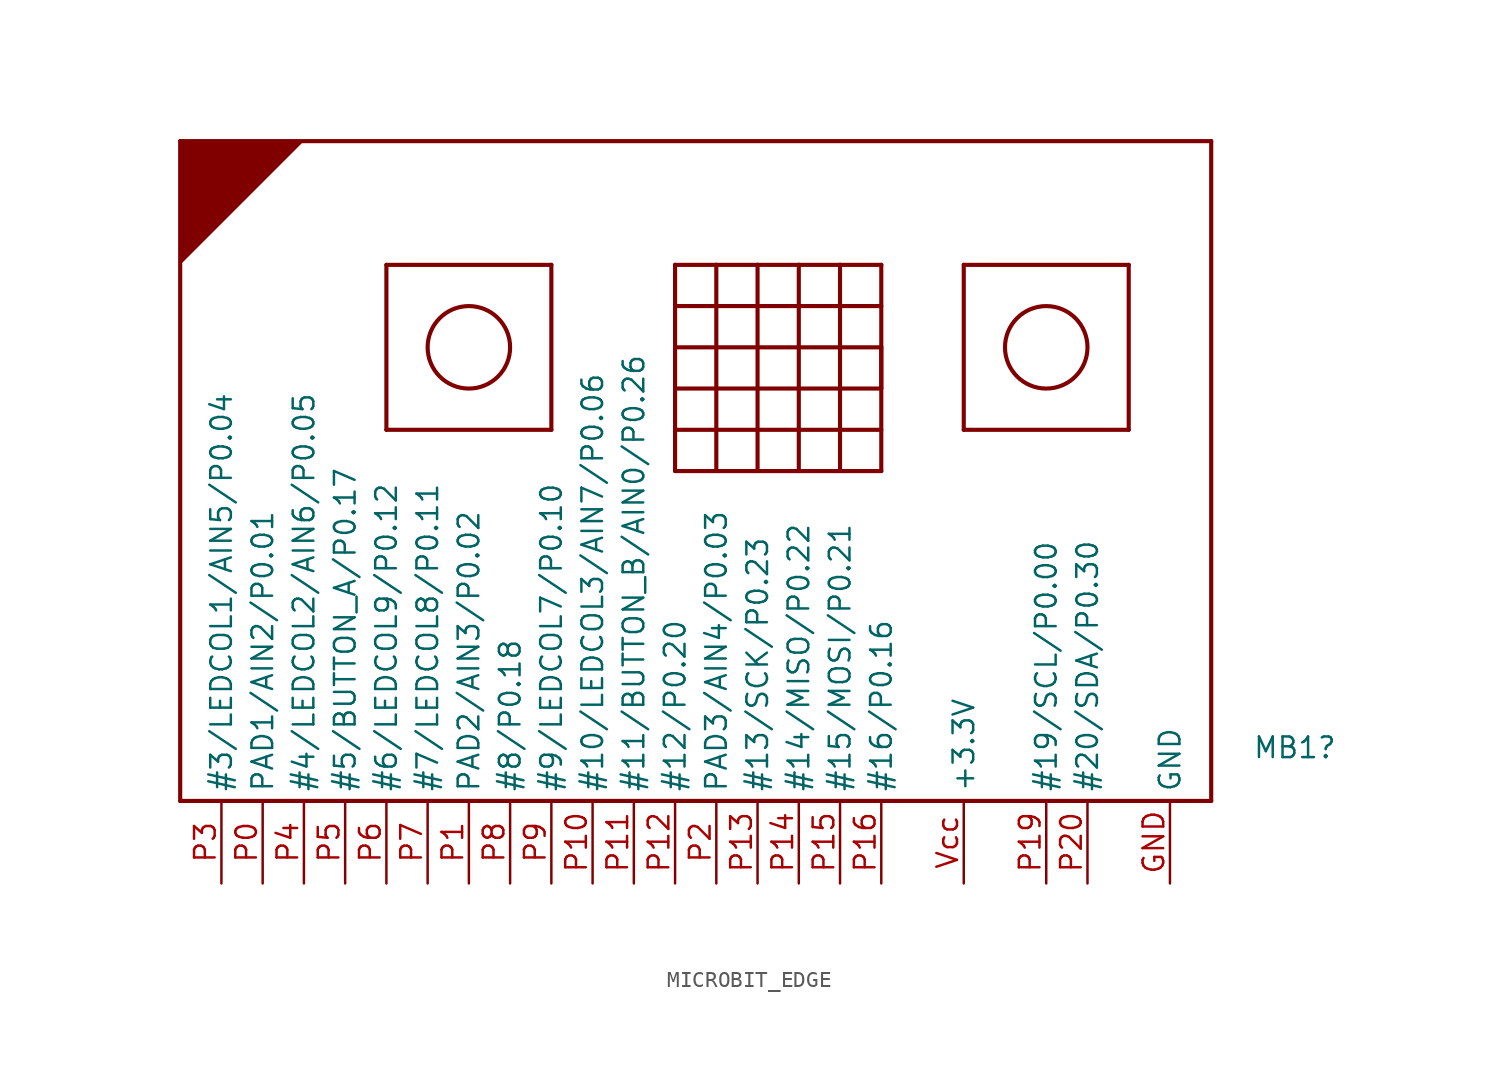
<source format=kicad_sym>
(kicad_symbol_lib
  (version 20231120)
  (generator "kicad_symbol_editor")
  (generator_version "8.0")
  (symbol "MICROBIT_EDGE"
    (property "Reference" "MB1"
      (at 33.02 2.54 0)
      (effects (font (size 1.27 1.27)) (justify left bottom)))
    (symbol "MICROBIT_EDGE_1_0"
      (circle (center -15.24 27.94) (radius 2.54) (stroke (width 0.254) (type solid) (color 128 0 0 1)) (fill (type none)))
      (polyline (pts (xy -33.02 0) (xy -33.02 40.64)) (stroke (width 0.254) (type solid) (color 128 0 0 1)) (fill (type none)))
      (polyline (pts (xy -33.02 40.64) (xy 30.48 40.64)) (stroke (width 0.254) (type solid) (color 128 0 0 1)) (fill (type none)))
      (polyline (pts (xy -20.32 22.86) (xy -20.32 33.02)) (stroke (width 0.254) (type solid) (color 128 0 0 1)) (fill (type none)))
      (polyline (pts (xy -20.32 33.02) (xy -10.16 33.02)) (stroke (width 0.254) (type solid) (color 128 0 0 1)) (fill (type none)))
      (polyline (pts (xy -10.16 22.86) (xy -20.32 22.86)) (stroke (width 0.254) (type solid) (color 128 0 0 1)) (fill (type none)))
      (polyline (pts (xy -10.16 33.02) (xy -10.16 22.86)) (stroke (width 0.254) (type solid) (color 128 0 0 1)) (fill (type none)))
      (polyline (pts (xy -2.54 20.32) (xy -2.54 22.86)) (stroke (width 0.254) (type solid) (color 128 0 0 1)) (fill (type none)))
      (polyline (pts (xy -2.54 22.86) (xy -2.54 25.4)) (stroke (width 0.254) (type solid) (color 128 0 0 1)) (fill (type none)))
      (polyline (pts (xy -2.54 25.4) (xy -2.54 27.94)) (stroke (width 0.254) (type solid) (color 128 0 0 1)) (fill (type none)))
      (polyline (pts (xy -2.54 25.4) (xy 10.16 25.4)) (stroke (width 0.254) (type solid) (color 128 0 0 1)) (fill (type none)))
      (polyline (pts (xy -2.54 27.94) (xy -2.54 30.48)) (stroke (width 0.254) (type solid) (color 128 0 0 1)) (fill (type none)))
      (polyline (pts (xy -2.54 30.48) (xy -2.54 33.02)) (stroke (width 0.254) (type solid) (color 128 0 0 1)) (fill (type none)))
      (polyline (pts (xy -2.54 30.48) (xy 10.16 30.48)) (stroke (width 0.254) (type solid) (color 128 0 0 1)) (fill (type none)))
      (polyline (pts (xy 0 20.32) (xy -2.54 20.32)) (stroke (width 0.254) (type solid) (color 128 0 0 1)) (fill (type none)))
      (polyline (pts (xy 0 20.32) (xy 0 33.02)) (stroke (width 0.254) (type solid) (color 128 0 0 1)) (fill (type none)))
      (polyline (pts (xy 0 33.02) (xy -2.54 33.02)) (stroke (width 0.254) (type solid) (color 128 0 0 1)) (fill (type none)))
      (polyline (pts (xy 0 33.02) (xy 2.54 33.02)) (stroke (width 0.254) (type solid) (color 128 0 0 1)) (fill (type none)))
      (polyline (pts (xy 2.54 20.32) (xy 0 20.32)) (stroke (width 0.254) (type solid) (color 128 0 0 1)) (fill (type none)))
      (polyline (pts (xy 2.54 20.32) (xy 2.54 33.02)) (stroke (width 0.254) (type solid) (color 128 0 0 1)) (fill (type none)))
      (polyline (pts (xy 2.54 33.02) (xy 5.08 33.02)) (stroke (width 0.254) (type solid) (color 128 0 0 1)) (fill (type none)))
      (polyline (pts (xy 5.08 20.32) (xy 2.54 20.32)) (stroke (width 0.254) (type solid) (color 128 0 0 1)) (fill (type none)))
      (polyline (pts (xy 5.08 33.02) (xy 5.08 20.32)) (stroke (width 0.254) (type solid) (color 128 0 0 1)) (fill (type none)))
      (polyline (pts (xy 7.62 20.32) (xy 5.08 20.32)) (stroke (width 0.254) (type solid) (color 128 0 0 1)) (fill (type none)))
      (polyline (pts (xy 7.62 20.32) (xy 7.62 33.02)) (stroke (width 0.254) (type solid) (color 128 0 0 1)) (fill (type none)))
      (polyline (pts (xy 7.62 33.02) (xy 5.08 33.02)) (stroke (width 0.254) (type solid) (color 128 0 0 1)) (fill (type none)))
      (polyline (pts (xy 7.62 33.02) (xy 10.16 33.02)) (stroke (width 0.254) (type solid) (color 128 0 0 1)) (fill (type none)))
      (polyline (pts (xy 10.16 20.32) (xy 7.62 20.32)) (stroke (width 0.254) (type solid) (color 128 0 0 1)) (fill (type none)))
      (polyline (pts (xy 10.16 22.86) (xy -2.54 22.86)) (stroke (width 0.254) (type solid) (color 128 0 0 1)) (fill (type none)))
      (polyline (pts (xy 10.16 25.4) (xy 10.16 27.94)) (stroke (width 0.254) (type solid) (color 128 0 0 1)) (fill (type none)))
      (polyline (pts (xy 10.16 27.94) (xy -2.54 27.94)) (stroke (width 0.254) (type solid) (color 128 0 0 1)) (fill (type none)))
      (polyline (pts (xy 10.16 33.02) (xy 10.16 20.32)) (stroke (width 0.254) (type solid) (color 128 0 0 1)) (fill (type none)))
      (polyline (pts (xy 15.24 22.86) (xy 15.24 33.02)) (stroke (width 0.254) (type solid) (color 128 0 0 1)) (fill (type none)))
      (polyline (pts (xy 15.24 33.02) (xy 25.4 33.02)) (stroke (width 0.254) (type solid) (color 128 0 0 1)) (fill (type none)))
      (polyline (pts (xy 25.4 22.86) (xy 15.24 22.86)) (stroke (width 0.254) (type solid) (color 128 0 0 1)) (fill (type none)))
      (polyline (pts (xy 25.4 33.02) (xy 25.4 22.86)) (stroke (width 0.254) (type solid) (color 128 0 0 1)) (fill (type none)))
      (polyline (pts (xy 30.48 0) (xy -33.02 0)) (stroke (width 0.254) (type solid) (color 128 0 0 1)) (fill (type none)))
      (polyline (pts (xy 30.48 40.64) (xy 30.48 0)) (stroke (width 0.254) (type solid) (color 128 0 0 1)) (fill (type none)))
      (polyline (pts (xy -33.02 33.02) (xy -25.4 40.64) (xy -33.02 40.64) (xy -33.02 33.02)) (stroke (width -0.0001) (type solid) (color 128 0 0 1)) (fill (type outline)))
      (circle (center 20.32 27.94) (radius 2.54) (stroke (width 0.254) (type solid) (color 128 0 0 1)) (fill (type none)))
      (pin power_in line (at 27.94 -5.08 90) (length 5.08) (name "GND" (effects (font (size 1.27 1.27)))) (number "GND" (effects (font (size 1.27 1.27)))))
      (pin bidirectional line (at -27.94 -5.08 90) (length 5.08) (name "PAD1/AIN2/P0.01" (effects (font (size 1.27 1.27)))) (number "P0" (effects (font (size 1.27 1.27)))))
      (pin bidirectional line (at -15.24 -5.08 90) (length 5.08) (name "PAD2/AIN3/P0.02" (effects (font (size 1.27 1.27)))) (number "P1" (effects (font (size 1.27 1.27)))))
      (pin bidirectional line (at -7.62 -5.08 90) (length 5.08) (name "#10/LEDCOL3/AIN7/P0.06" (effects (font (size 1.27 1.27)))) (number "P10" (effects (font (size 1.27 1.27)))))
      (pin bidirectional line (at -5.08 -5.08 90) (length 5.08) (name "#11/BUTTON_B/AIN0/P0.26" (effects (font (size 1.27 1.27)))) (number "P11" (effects (font (size 1.27 1.27)))))
      (pin bidirectional line (at -2.54 -5.08 90) (length 5.08) (name "#12/P0.20" (effects (font (size 1.27 1.27)))) (number "P12" (effects (font (size 1.27 1.27)))))
      (pin bidirectional line (at 2.54 -5.08 90) (length 5.08) (name "#13/SCK/P0.23" (effects (font (size 1.27 1.27)))) (number "P13" (effects (font (size 1.27 1.27)))))
      (pin bidirectional line (at 5.08 -5.08 90) (length 5.08) (name "#14/MISO/P0.22" (effects (font (size 1.27 1.27)))) (number "P14" (effects (font (size 1.27 1.27)))))
      (pin bidirectional line (at 7.62 -5.08 90) (length 5.08) (name "#15/MOSI/P0.21" (effects (font (size 1.27 1.27)))) (number "P15" (effects (font (size 1.27 1.27)))))
      (pin bidirectional line (at 10.16 -5.08 90) (length 5.08) (name "#16/P0.16" (effects (font (size 1.27 1.27)))) (number "P16" (effects (font (size 1.27 1.27)))))
      (pin bidirectional line (at 20.32 -5.08 90) (length 5.08) (name "#19/SCL/P0.00" (effects (font (size 1.27 1.27)))) (number "P19" (effects (font (size 1.27 1.27)))))
      (pin bidirectional line (at 0 -5.08 90) (length 5.08) (name "PAD3/AIN4/P0.03" (effects (font (size 1.27 1.27)))) (number "P2" (effects (font (size 1.27 1.27)))))
      (pin bidirectional line (at 22.86 -5.08 90) (length 5.08) (name "#20/SDA/P0.30" (effects (font (size 1.27 1.27)))) (number "P20" (effects (font (size 1.27 1.27)))))
      (pin bidirectional line (at -30.48 -5.08 90) (length 5.08) (name "#3/LEDCOL1/AIN5/P0.04" (effects (font (size 1.27 1.27)))) (number "P3" (effects (font (size 1.27 1.27)))))
      (pin bidirectional line (at -25.4 -5.08 90) (length 5.08) (name "#4/LEDCOL2/AIN6/P0.05" (effects (font (size 1.27 1.27)))) (number "P4" (effects (font (size 1.27 1.27)))))
      (pin bidirectional line (at -22.86 -5.08 90) (length 5.08) (name "#5/BUTTON_A/P0.17" (effects (font (size 1.27 1.27)))) (number "P5" (effects (font (size 1.27 1.27)))))
      (pin bidirectional line (at -20.32 -5.08 90) (length 5.08) (name "#6/LEDCOL9/P0.12" (effects (font (size 1.27 1.27)))) (number "P6" (effects (font (size 1.27 1.27)))))
      (pin bidirectional line (at -17.78 -5.08 90) (length 5.08) (name "#7/LEDCOL8/P0.11" (effects (font (size 1.27 1.27)))) (number "P7" (effects (font (size 1.27 1.27)))))
      (pin bidirectional line (at -12.7 -5.08 90) (length 5.08) (name "#8/P0.18" (effects (font (size 1.27 1.27)))) (number "P8" (effects (font (size 1.27 1.27)))))
      (pin bidirectional line (at -10.16 -5.08 90) (length 5.08) (name "#9/LEDCOL7/P0.10" (effects (font (size 1.27 1.27)))) (number "P9" (effects (font (size 1.27 1.27)))))
      (pin power_in line (at 15.24 -5.08 90) (length 5.08) (name "+3.3V" (effects (font (size 1.27 1.27)))) (number "Vcc" (effects (font (size 1.27 1.27))))))))
</source>
